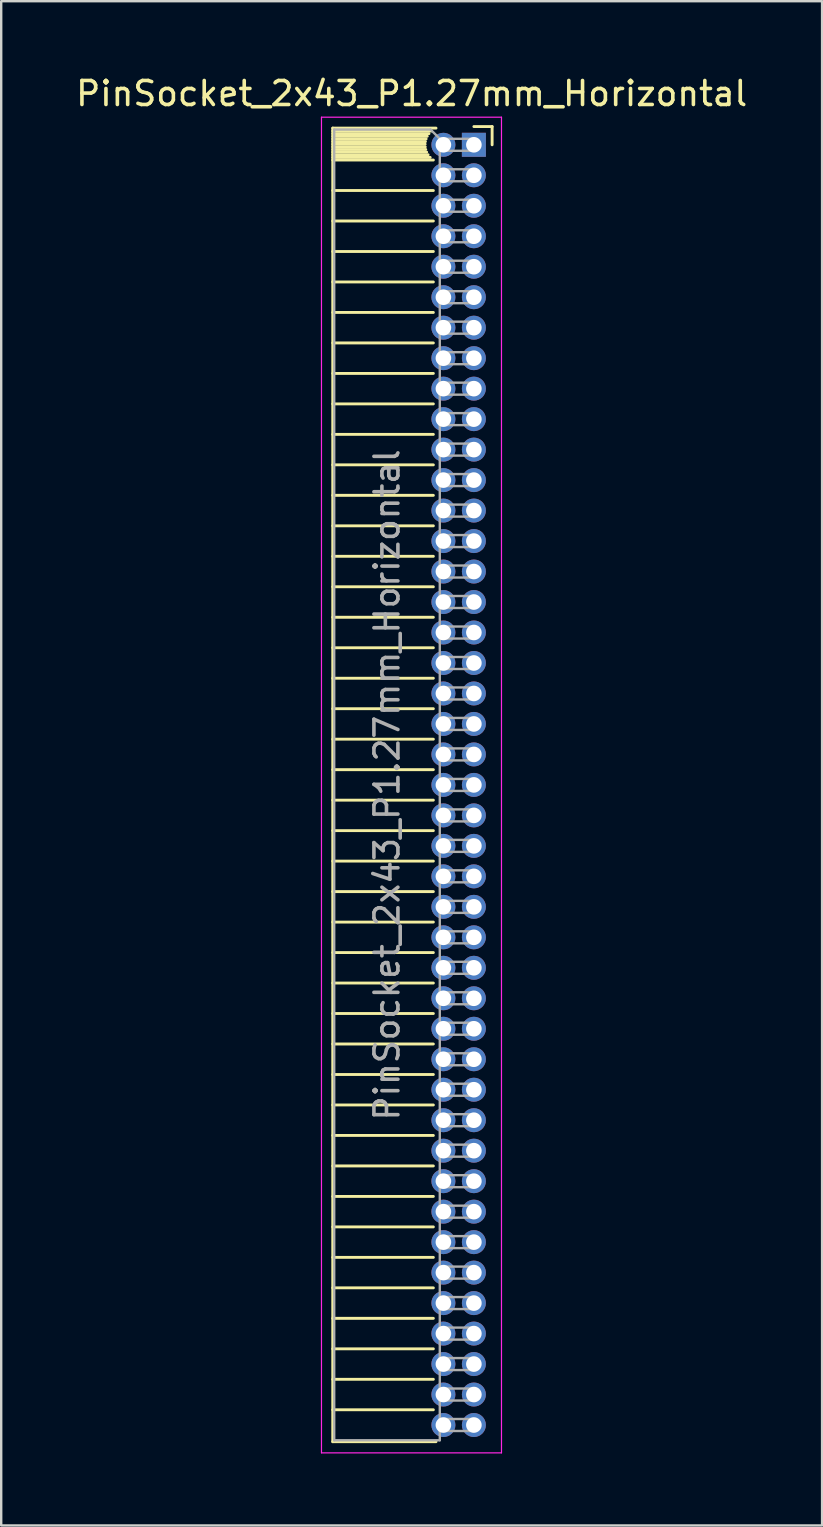
<source format=kicad_pcb>
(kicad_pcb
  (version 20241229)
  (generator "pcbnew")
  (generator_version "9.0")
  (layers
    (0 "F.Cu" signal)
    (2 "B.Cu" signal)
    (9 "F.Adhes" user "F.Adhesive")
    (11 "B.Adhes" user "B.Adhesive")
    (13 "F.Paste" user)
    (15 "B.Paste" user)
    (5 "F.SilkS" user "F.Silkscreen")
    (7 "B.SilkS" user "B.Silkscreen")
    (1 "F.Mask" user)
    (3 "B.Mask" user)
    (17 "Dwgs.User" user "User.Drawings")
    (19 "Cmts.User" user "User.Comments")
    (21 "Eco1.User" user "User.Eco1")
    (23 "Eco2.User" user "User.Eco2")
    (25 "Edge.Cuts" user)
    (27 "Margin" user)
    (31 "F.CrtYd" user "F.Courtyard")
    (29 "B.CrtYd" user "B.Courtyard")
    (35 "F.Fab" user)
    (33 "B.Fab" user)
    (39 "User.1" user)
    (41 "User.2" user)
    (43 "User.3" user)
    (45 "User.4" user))
  (footprint "PinSocket_2x43_P1.27mm_Horizontal"
    (layer "F.Cu")
    (at 16.694 2.983)
    (property "Reference" "PinSocket_2x43_P1.27mm_Horizontal" (at -2.592 -2.135 0) (layer "F.SilkS") (effects (font (size 1 1) (thickness 0.15))))
    (attr through_hole)
    (fp_line (start -5.88 -0.695) (end -5.88 54.035) (stroke (width 0.12) (type solid)) (layer "F.SilkS"))
    (fp_line (start -5.88 -0.695) (end -1.578 -0.695) (stroke (width 0.12) (type solid)) (layer "F.SilkS"))
    (fp_line (start -5.88 -0.575) (end -1.767 -0.575) (stroke (width 0.12) (type solid)) (layer "F.SilkS"))
    (fp_line (start -5.88 -0.465) (end -1.871 -0.465) (stroke (width 0.12) (type solid)) (layer "F.SilkS"))
    (fp_line (start -5.88 -0.355) (end -1.942 -0.355) (stroke (width 0.12) (type solid)) (layer "F.SilkS"))
    (fp_line (start -5.88 -0.245) (end -1.989 -0.245) (stroke (width 0.12) (type solid)) (layer "F.SilkS"))
    (fp_line (start -5.88 -0.135) (end -2.018 -0.135) (stroke (width 0.12) (type solid)) (layer "F.SilkS"))
    (fp_line (start -5.88 -0.025) (end -2.03 -0.025) (stroke (width 0.12) (type solid)) (layer "F.SilkS"))
    (fp_line (start -5.88 0.085) (end -2.025 0.085) (stroke (width 0.12) (type solid)) (layer "F.SilkS"))
    (fp_line (start -5.88 0.195) (end -2.005 0.195) (stroke (width 0.12) (type solid)) (layer "F.SilkS"))
    (fp_line (start -5.88 0.305) (end -1.966 0.305) (stroke (width 0.12) (type solid)) (layer "F.SilkS"))
    (fp_line (start -5.88 0.415) (end -1.907 0.415) (stroke (width 0.12) (type solid)) (layer "F.SilkS"))
    (fp_line (start -5.88 0.525) (end -1.82 0.525) (stroke (width 0.12) (type solid)) (layer "F.SilkS"))
    (fp_line (start -5.88 0.635) (end -1.688 0.635) (stroke (width 0.12) (type solid)) (layer "F.SilkS"))
    (fp_line (start -5.88 1.905) (end -1.688 1.905) (stroke (width 0.12) (type solid)) (layer "F.SilkS"))
    (fp_line (start -5.88 3.175) (end -1.688 3.175) (stroke (width 0.12) (type solid)) (layer "F.SilkS"))
    (fp_line (start -5.88 4.445) (end -1.688 4.445) (stroke (width 0.12) (type solid)) (layer "F.SilkS"))
    (fp_line (start -5.88 5.715) (end -1.688 5.715) (stroke (width 0.12) (type solid)) (layer "F.SilkS"))
    (fp_line (start -5.88 6.985) (end -1.688 6.985) (stroke (width 0.12) (type solid)) (layer "F.SilkS"))
    (fp_line (start -5.88 8.255) (end -1.688 8.255) (stroke (width 0.12) (type solid)) (layer "F.SilkS"))
    (fp_line (start -5.88 9.525) (end -1.688 9.525) (stroke (width 0.12) (type solid)) (layer "F.SilkS"))
    (fp_line (start -5.88 10.795) (end -1.688 10.795) (stroke (width 0.12) (type solid)) (layer "F.SilkS"))
    (fp_line (start -5.88 12.065) (end -1.688 12.065) (stroke (width 0.12) (type solid)) (layer "F.SilkS"))
    (fp_line (start -5.88 13.335) (end -1.688 13.335) (stroke (width 0.12) (type solid)) (layer "F.SilkS"))
    (fp_line (start -5.88 14.605) (end -1.688 14.605) (stroke (width 0.12) (type solid)) (layer "F.SilkS"))
    (fp_line (start -5.88 15.875) (end -1.688 15.875) (stroke (width 0.12) (type solid)) (layer "F.SilkS"))
    (fp_line (start -5.88 17.145) (end -1.688 17.145) (stroke (width 0.12) (type solid)) (layer "F.SilkS"))
    (fp_line (start -5.88 18.415) (end -1.688 18.415) (stroke (width 0.12) (type solid)) (layer "F.SilkS"))
    (fp_line (start -5.88 19.685) (end -1.688 19.685) (stroke (width 0.12) (type solid)) (layer "F.SilkS"))
    (fp_line (start -5.88 20.955) (end -1.688 20.955) (stroke (width 0.12) (type solid)) (layer "F.SilkS"))
    (fp_line (start -5.88 22.225) (end -1.688 22.225) (stroke (width 0.12) (type solid)) (layer "F.SilkS"))
    (fp_line (start -5.88 23.495) (end -1.688 23.495) (stroke (width 0.12) (type solid)) (layer "F.SilkS"))
    (fp_line (start -5.88 24.765) (end -1.688 24.765) (stroke (width 0.12) (type solid)) (layer "F.SilkS"))
    (fp_line (start -5.88 26.035) (end -1.688 26.035) (stroke (width 0.12) (type solid)) (layer "F.SilkS"))
    (fp_line (start -5.88 27.305) (end -1.688 27.305) (stroke (width 0.12) (type solid)) (layer "F.SilkS"))
    (fp_line (start -5.88 28.575) (end -1.688 28.575) (stroke (width 0.12) (type solid)) (layer "F.SilkS"))
    (fp_line (start -5.88 29.845) (end -1.688 29.845) (stroke (width 0.12) (type solid)) (layer "F.SilkS"))
    (fp_line (start -5.88 31.115) (end -1.688 31.115) (stroke (width 0.12) (type solid)) (layer "F.SilkS"))
    (fp_line (start -5.88 32.385) (end -1.688 32.385) (stroke (width 0.12) (type solid)) (layer "F.SilkS"))
    (fp_line (start -5.88 33.655) (end -1.688 33.655) (stroke (width 0.12) (type solid)) (layer "F.SilkS"))
    (fp_line (start -5.88 34.925) (end -1.688 34.925) (stroke (width 0.12) (type solid)) (layer "F.SilkS"))
    (fp_line (start -5.88 36.195) (end -1.688 36.195) (stroke (width 0.12) (type solid)) (layer "F.SilkS"))
    (fp_line (start -5.88 37.465) (end -1.688 37.465) (stroke (width 0.12) (type solid)) (layer "F.SilkS"))
    (fp_line (start -5.88 38.735) (end -1.688 38.735) (stroke (width 0.12) (type solid)) (layer "F.SilkS"))
    (fp_line (start -5.88 40.005) (end -1.688 40.005) (stroke (width 0.12) (type solid)) (layer "F.SilkS"))
    (fp_line (start -5.88 41.275) (end -1.688 41.275) (stroke (width 0.12) (type solid)) (layer "F.SilkS"))
    (fp_line (start -5.88 42.545) (end -1.688 42.545) (stroke (width 0.12) (type solid)) (layer "F.SilkS"))
    (fp_line (start -5.88 43.815) (end -1.688 43.815) (stroke (width 0.12) (type solid)) (layer "F.SilkS"))
    (fp_line (start -5.88 45.085) (end -1.688 45.085) (stroke (width 0.12) (type solid)) (layer "F.SilkS"))
    (fp_line (start -5.88 46.355) (end -1.688 46.355) (stroke (width 0.12) (type solid)) (layer "F.SilkS"))
    (fp_line (start -5.88 47.625) (end -1.688 47.625) (stroke (width 0.12) (type solid)) (layer "F.SilkS"))
    (fp_line (start -5.88 48.895) (end -1.688 48.895) (stroke (width 0.12) (type solid)) (layer "F.SilkS"))
    (fp_line (start -5.88 50.165) (end -1.688 50.165) (stroke (width 0.12) (type solid)) (layer "F.SilkS"))
    (fp_line (start -5.88 51.435) (end -1.688 51.435) (stroke (width 0.12) (type solid)) (layer "F.SilkS"))
    (fp_line (start -5.88 52.705) (end -1.688 52.705) (stroke (width 0.12) (type solid)) (layer "F.SilkS"))
    (fp_line (start -5.88 54.035) (end -1.578 54.035) (stroke (width 0.12) (type solid)) (layer "F.SilkS"))
    (fp_line (start 0 -0.76) (end 0.76 -0.76) (stroke (width 0.12) (type solid)) (layer "F.SilkS"))
    (fp_line (start 0.76 -0.76) (end 0.76 0) (stroke (width 0.12) (type solid)) (layer "F.SilkS"))
    (fp_line (start -6.35 -1.15) (end -6.35 54.5) (stroke (width 0.05) (type solid)) (layer "F.CrtYd"))
    (fp_line (start -6.35 54.5) (end 1.15 54.5) (stroke (width 0.05) (type solid)) (layer "F.CrtYd"))
    (fp_line (start 1.15 -1.15) (end -6.35 -1.15) (stroke (width 0.05) (type solid)) (layer "F.CrtYd"))
    (fp_line (start 1.15 54.5) (end 1.15 -1.15) (stroke (width 0.05) (type solid)) (layer "F.CrtYd"))
    (fp_line (start -5.82 -0.635) (end -1.805 -0.635) (stroke (width 0.1) (type solid)) (layer "F.Fab"))
    (fp_line (start -5.82 53.975) (end -5.82 -0.635) (stroke (width 0.1) (type solid)) (layer "F.Fab"))
    (fp_line (start -1.805 -0.635) (end -1.42 -0.25) (stroke (width 0.1) (type solid)) (layer "F.Fab"))
    (fp_line (start -1.42 -0.25) (end -1.42 53.975) (stroke (width 0.1) (type solid)) (layer "F.Fab"))
    (fp_line (start -1.42 0.25) (end 0 0.25) (stroke (width 0.1) (type solid)) (layer "F.Fab"))
    (fp_line (start -1.42 1.52) (end 0 1.52) (stroke (width 0.1) (type solid)) (layer "F.Fab"))
    (fp_line (start -1.42 2.79) (end 0 2.79) (stroke (width 0.1) (type solid)) (layer "F.Fab"))
    (fp_line (start -1.42 4.06) (end 0 4.06) (stroke (width 0.1) (type solid)) (layer "F.Fab"))
    (fp_line (start -1.42 5.33) (end 0 5.33) (stroke (width 0.1) (type solid)) (layer "F.Fab"))
    (fp_line (start -1.42 6.6) (end 0 6.6) (stroke (width 0.1) (type solid)) (layer "F.Fab"))
    (fp_line (start -1.42 7.87) (end 0 7.87) (stroke (width 0.1) (type solid)) (layer "F.Fab"))
    (fp_line (start -1.42 9.14) (end 0 9.14) (stroke (width 0.1) (type solid)) (layer "F.Fab"))
    (fp_line (start -1.42 10.41) (end 0 10.41) (stroke (width 0.1) (type solid)) (layer "F.Fab"))
    (fp_line (start -1.42 11.68) (end 0 11.68) (stroke (width 0.1) (type solid)) (layer "F.Fab"))
    (fp_line (start -1.42 12.95) (end 0 12.95) (stroke (width 0.1) (type solid)) (layer "F.Fab"))
    (fp_line (start -1.42 14.22) (end 0 14.22) (stroke (width 0.1) (type solid)) (layer "F.Fab"))
    (fp_line (start -1.42 15.49) (end 0 15.49) (stroke (width 0.1) (type solid)) (layer "F.Fab"))
    (fp_line (start -1.42 16.76) (end 0 16.76) (stroke (width 0.1) (type solid)) (layer "F.Fab"))
    (fp_line (start -1.42 18.03) (end 0 18.03) (stroke (width 0.1) (type solid)) (layer "F.Fab"))
    (fp_line (start -1.42 19.3) (end 0 19.3) (stroke (width 0.1) (type solid)) (layer "F.Fab"))
    (fp_line (start -1.42 20.57) (end 0 20.57) (stroke (width 0.1) (type solid)) (layer "F.Fab"))
    (fp_line (start -1.42 21.84) (end 0 21.84) (stroke (width 0.1) (type solid)) (layer "F.Fab"))
    (fp_line (start -1.42 23.11) (end 0 23.11) (stroke (width 0.1) (type solid)) (layer "F.Fab"))
    (fp_line (start -1.42 24.38) (end 0 24.38) (stroke (width 0.1) (type solid)) (layer "F.Fab"))
    (fp_line (start -1.42 25.65) (end 0 25.65) (stroke (width 0.1) (type solid)) (layer "F.Fab"))
    (fp_line (start -1.42 26.92) (end 0 26.92) (stroke (width 0.1) (type solid)) (layer "F.Fab"))
    (fp_line (start -1.42 28.19) (end 0 28.19) (stroke (width 0.1) (type solid)) (layer "F.Fab"))
    (fp_line (start -1.42 29.46) (end 0 29.46) (stroke (width 0.1) (type solid)) (layer "F.Fab"))
    (fp_line (start -1.42 30.73) (end 0 30.73) (stroke (width 0.1) (type solid)) (layer "F.Fab"))
    (fp_line (start -1.42 32) (end 0 32) (stroke (width 0.1) (type solid)) (layer "F.Fab"))
    (fp_line (start -1.42 33.27) (end 0 33.27) (stroke (width 0.1) (type solid)) (layer "F.Fab"))
    (fp_line (start -1.42 34.54) (end 0 34.54) (stroke (width 0.1) (type solid)) (layer "F.Fab"))
    (fp_line (start -1.42 35.81) (end 0 35.81) (stroke (width 0.1) (type solid)) (layer "F.Fab"))
    (fp_line (start -1.42 37.08) (end 0 37.08) (stroke (width 0.1) (type solid)) (layer "F.Fab"))
    (fp_line (start -1.42 38.35) (end 0 38.35) (stroke (width 0.1) (type solid)) (layer "F.Fab"))
    (fp_line (start -1.42 39.62) (end 0 39.62) (stroke (width 0.1) (type solid)) (layer "F.Fab"))
    (fp_line (start -1.42 40.89) (end 0 40.89) (stroke (width 0.1) (type solid)) (layer "F.Fab"))
    (fp_line (start -1.42 42.16) (end 0 42.16) (stroke (width 0.1) (type solid)) (layer "F.Fab"))
    (fp_line (start -1.42 43.43) (end 0 43.43) (stroke (width 0.1) (type solid)) (layer "F.Fab"))
    (fp_line (start -1.42 44.7) (end 0 44.7) (stroke (width 0.1) (type solid)) (layer "F.Fab"))
    (fp_line (start -1.42 45.97) (end 0 45.97) (stroke (width 0.1) (type solid)) (layer "F.Fab"))
    (fp_line (start -1.42 47.24) (end 0 47.24) (stroke (width 0.1) (type solid)) (layer "F.Fab"))
    (fp_line (start -1.42 48.51) (end 0 48.51) (stroke (width 0.1) (type solid)) (layer "F.Fab"))
    (fp_line (start -1.42 49.78) (end 0 49.78) (stroke (width 0.1) (type solid)) (layer "F.Fab"))
    (fp_line (start -1.42 51.05) (end 0 51.05) (stroke (width 0.1) (type solid)) (layer "F.Fab"))
    (fp_line (start -1.42 52.32) (end 0 52.32) (stroke (width 0.1) (type solid)) (layer "F.Fab"))
    (fp_line (start -1.42 53.59) (end 0 53.59) (stroke (width 0.1) (type solid)) (layer "F.Fab"))
    (fp_line (start -1.42 53.975) (end -5.82 53.975) (stroke (width 0.1) (type solid)) (layer "F.Fab"))
    (fp_line (start 0 -0.25) (end -1.42 -0.25) (stroke (width 0.1) (type solid)) (layer "F.Fab"))
    (fp_line (start 0 0.25) (end 0 -0.25) (stroke (width 0.1) (type solid)) (layer "F.Fab"))
    (fp_line (start 0 1.02) (end -1.42 1.02) (stroke (width 0.1) (type solid)) (layer "F.Fab"))
    (fp_line (start 0 1.52) (end 0 1.02) (stroke (width 0.1) (type solid)) (layer "F.Fab"))
    (fp_line (start 0 2.29) (end -1.42 2.29) (stroke (width 0.1) (type solid)) (layer "F.Fab"))
    (fp_line (start 0 2.79) (end 0 2.29) (stroke (width 0.1) (type solid)) (layer "F.Fab"))
    (fp_line (start 0 3.56) (end -1.42 3.56) (stroke (width 0.1) (type solid)) (layer "F.Fab"))
    (fp_line (start 0 4.06) (end 0 3.56) (stroke (width 0.1) (type solid)) (layer "F.Fab"))
    (fp_line (start 0 4.83) (end -1.42 4.83) (stroke (width 0.1) (type solid)) (layer "F.Fab"))
    (fp_line (start 0 5.33) (end 0 4.83) (stroke (width 0.1) (type solid)) (layer "F.Fab"))
    (fp_line (start 0 6.1) (end -1.42 6.1) (stroke (width 0.1) (type solid)) (layer "F.Fab"))
    (fp_line (start 0 6.6) (end 0 6.1) (stroke (width 0.1) (type solid)) (layer "F.Fab"))
    (fp_line (start 0 7.37) (end -1.42 7.37) (stroke (width 0.1) (type solid)) (layer "F.Fab"))
    (fp_line (start 0 7.87) (end 0 7.37) (stroke (width 0.1) (type solid)) (layer "F.Fab"))
    (fp_line (start 0 8.64) (end -1.42 8.64) (stroke (width 0.1) (type solid)) (layer "F.Fab"))
    (fp_line (start 0 9.14) (end 0 8.64) (stroke (width 0.1) (type solid)) (layer "F.Fab"))
    (fp_line (start 0 9.91) (end -1.42 9.91) (stroke (width 0.1) (type solid)) (layer "F.Fab"))
    (fp_line (start 0 10.41) (end 0 9.91) (stroke (width 0.1) (type solid)) (layer "F.Fab"))
    (fp_line (start 0 11.18) (end -1.42 11.18) (stroke (width 0.1) (type solid)) (layer "F.Fab"))
    (fp_line (start 0 11.68) (end 0 11.18) (stroke (width 0.1) (type solid)) (layer "F.Fab"))
    (fp_line (start 0 12.45) (end -1.42 12.45) (stroke (width 0.1) (type solid)) (layer "F.Fab"))
    (fp_line (start 0 12.95) (end 0 12.45) (stroke (width 0.1) (type solid)) (layer "F.Fab"))
    (fp_line (start 0 13.72) (end -1.42 13.72) (stroke (width 0.1) (type solid)) (layer "F.Fab"))
    (fp_line (start 0 14.22) (end 0 13.72) (stroke (width 0.1) (type solid)) (layer "F.Fab"))
    (fp_line (start 0 14.99) (end -1.42 14.99) (stroke (width 0.1) (type solid)) (layer "F.Fab"))
    (fp_line (start 0 15.49) (end 0 14.99) (stroke (width 0.1) (type solid)) (layer "F.Fab"))
    (fp_line (start 0 16.26) (end -1.42 16.26) (stroke (width 0.1) (type solid)) (layer "F.Fab"))
    (fp_line (start 0 16.76) (end 0 16.26) (stroke (width 0.1) (type solid)) (layer "F.Fab"))
    (fp_line (start 0 17.53) (end -1.42 17.53) (stroke (width 0.1) (type solid)) (layer "F.Fab"))
    (fp_line (start 0 18.03) (end 0 17.53) (stroke (width 0.1) (type solid)) (layer "F.Fab"))
    (fp_line (start 0 18.8) (end -1.42 18.8) (stroke (width 0.1) (type solid)) (layer "F.Fab"))
    (fp_line (start 0 19.3) (end 0 18.8) (stroke (width 0.1) (type solid)) (layer "F.Fab"))
    (fp_line (start 0 20.07) (end -1.42 20.07) (stroke (width 0.1) (type solid)) (layer "F.Fab"))
    (fp_line (start 0 20.57) (end 0 20.07) (stroke (width 0.1) (type solid)) (layer "F.Fab"))
    (fp_line (start 0 21.34) (end -1.42 21.34) (stroke (width 0.1) (type solid)) (layer "F.Fab"))
    (fp_line (start 0 21.84) (end 0 21.34) (stroke (width 0.1) (type solid)) (layer "F.Fab"))
    (fp_line (start 0 22.61) (end -1.42 22.61) (stroke (width 0.1) (type solid)) (layer "F.Fab"))
    (fp_line (start 0 23.11) (end 0 22.61) (stroke (width 0.1) (type solid)) (layer "F.Fab"))
    (fp_line (start 0 23.88) (end -1.42 23.88) (stroke (width 0.1) (type solid)) (layer "F.Fab"))
    (fp_line (start 0 24.38) (end 0 23.88) (stroke (width 0.1) (type solid)) (layer "F.Fab"))
    (fp_line (start 0 25.15) (end -1.42 25.15) (stroke (width 0.1) (type solid)) (layer "F.Fab"))
    (fp_line (start 0 25.65) (end 0 25.15) (stroke (width 0.1) (type solid)) (layer "F.Fab"))
    (fp_line (start 0 26.42) (end -1.42 26.42) (stroke (width 0.1) (type solid)) (layer "F.Fab"))
    (fp_line (start 0 26.92) (end 0 26.42) (stroke (width 0.1) (type solid)) (layer "F.Fab"))
    (fp_line (start 0 27.69) (end -1.42 27.69) (stroke (width 0.1) (type solid)) (layer "F.Fab"))
    (fp_line (start 0 28.19) (end 0 27.69) (stroke (width 0.1) (type solid)) (layer "F.Fab"))
    (fp_line (start 0 28.96) (end -1.42 28.96) (stroke (width 0.1) (type solid)) (layer "F.Fab"))
    (fp_line (start 0 29.46) (end 0 28.96) (stroke (width 0.1) (type solid)) (layer "F.Fab"))
    (fp_line (start 0 30.23) (end -1.42 30.23) (stroke (width 0.1) (type solid)) (layer "F.Fab"))
    (fp_line (start 0 30.73) (end 0 30.23) (stroke (width 0.1) (type solid)) (layer "F.Fab"))
    (fp_line (start 0 31.5) (end -1.42 31.5) (stroke (width 0.1) (type solid)) (layer "F.Fab"))
    (fp_line (start 0 32) (end 0 31.5) (stroke (width 0.1) (type solid)) (layer "F.Fab"))
    (fp_line (start 0 32.77) (end -1.42 32.77) (stroke (width 0.1) (type solid)) (layer "F.Fab"))
    (fp_line (start 0 33.27) (end 0 32.77) (stroke (width 0.1) (type solid)) (layer "F.Fab"))
    (fp_line (start 0 34.04) (end -1.42 34.04) (stroke (width 0.1) (type solid)) (layer "F.Fab"))
    (fp_line (start 0 34.54) (end 0 34.04) (stroke (width 0.1) (type solid)) (layer "F.Fab"))
    (fp_line (start 0 35.31) (end -1.42 35.31) (stroke (width 0.1) (type solid)) (layer "F.Fab"))
    (fp_line (start 0 35.81) (end 0 35.31) (stroke (width 0.1) (type solid)) (layer "F.Fab"))
    (fp_line (start 0 36.58) (end -1.42 36.58) (stroke (width 0.1) (type solid)) (layer "F.Fab"))
    (fp_line (start 0 37.08) (end 0 36.58) (stroke (width 0.1) (type solid)) (layer "F.Fab"))
    (fp_line (start 0 37.85) (end -1.42 37.85) (stroke (width 0.1) (type solid)) (layer "F.Fab"))
    (fp_line (start 0 38.35) (end 0 37.85) (stroke (width 0.1) (type solid)) (layer "F.Fab"))
    (fp_line (start 0 39.12) (end -1.42 39.12) (stroke (width 0.1) (type solid)) (layer "F.Fab"))
    (fp_line (start 0 39.62) (end 0 39.12) (stroke (width 0.1) (type solid)) (layer "F.Fab"))
    (fp_line (start 0 40.39) (end -1.42 40.39) (stroke (width 0.1) (type solid)) (layer "F.Fab"))
    (fp_line (start 0 40.89) (end 0 40.39) (stroke (width 0.1) (type solid)) (layer "F.Fab"))
    (fp_line (start 0 41.66) (end -1.42 41.66) (stroke (width 0.1) (type solid)) (layer "F.Fab"))
    (fp_line (start 0 42.16) (end 0 41.66) (stroke (width 0.1) (type solid)) (layer "F.Fab"))
    (fp_line (start 0 42.93) (end -1.42 42.93) (stroke (width 0.1) (type solid)) (layer "F.Fab"))
    (fp_line (start 0 43.43) (end 0 42.93) (stroke (width 0.1) (type solid)) (layer "F.Fab"))
    (fp_line (start 0 44.2) (end -1.42 44.2) (stroke (width 0.1) (type solid)) (layer "F.Fab"))
    (fp_line (start 0 44.7) (end 0 44.2) (stroke (width 0.1) (type solid)) (layer "F.Fab"))
    (fp_line (start 0 45.47) (end -1.42 45.47) (stroke (width 0.1) (type solid)) (layer "F.Fab"))
    (fp_line (start 0 45.97) (end 0 45.47) (stroke (width 0.1) (type solid)) (layer "F.Fab"))
    (fp_line (start 0 46.74) (end -1.42 46.74) (stroke (width 0.1) (type solid)) (layer "F.Fab"))
    (fp_line (start 0 47.24) (end 0 46.74) (stroke (width 0.1) (type solid)) (layer "F.Fab"))
    (fp_line (start 0 48.01) (end -1.42 48.01) (stroke (width 0.1) (type solid)) (layer "F.Fab"))
    (fp_line (start 0 48.51) (end 0 48.01) (stroke (width 0.1) (type solid)) (layer "F.Fab"))
    (fp_line (start 0 49.28) (end -1.42 49.28) (stroke (width 0.1) (type solid)) (layer "F.Fab"))
    (fp_line (start 0 49.78) (end 0 49.28) (stroke (width 0.1) (type solid)) (layer "F.Fab"))
    (fp_line (start 0 50.55) (end -1.42 50.55) (stroke (width 0.1) (type solid)) (layer "F.Fab"))
    (fp_line (start 0 51.05) (end 0 50.55) (stroke (width 0.1) (type solid)) (layer "F.Fab"))
    (fp_line (start 0 51.82) (end -1.42 51.82) (stroke (width 0.1) (type solid)) (layer "F.Fab"))
    (fp_line (start 0 52.32) (end 0 51.82) (stroke (width 0.1) (type solid)) (layer "F.Fab"))
    (fp_line (start 0 53.09) (end -1.42 53.09) (stroke (width 0.1) (type solid)) (layer "F.Fab"))
    (fp_line (start 0 53.59) (end 0 53.09) (stroke (width 0.1) (type solid)) (layer "F.Fab"))
    (fp_text user "${REFERENCE}" (at -3.62 26.67 90) (layer "F.Fab") (effects (font (size 1 1) (thickness 0.15))))
    (pad "1" thru_hole rect (at 0 0) (size 1 1) (drill 0.65) (layers "*.Cu" "*.Mask"))
    (pad "2" thru_hole oval (at -1.27 0) (size 1 1) (drill 0.65) (layers "*.Cu" "*.Mask"))
    (pad "3" thru_hole oval (at 0 1.27) (size 1 1) (drill 0.65) (layers "*.Cu" "*.Mask"))
    (pad "4" thru_hole oval (at -1.27 1.27) (size 1 1) (drill 0.65) (layers "*.Cu" "*.Mask"))
    (pad "5" thru_hole oval (at 0 2.54) (size 1 1) (drill 0.65) (layers "*.Cu" "*.Mask"))
    (pad "6" thru_hole oval (at -1.27 2.54) (size 1 1) (drill 0.65) (layers "*.Cu" "*.Mask"))
    (pad "7" thru_hole oval (at 0 3.81) (size 1 1) (drill 0.65) (layers "*.Cu" "*.Mask"))
    (pad "8" thru_hole oval (at -1.27 3.81) (size 1 1) (drill 0.65) (layers "*.Cu" "*.Mask"))
    (pad "9" thru_hole oval (at 0 5.08) (size 1 1) (drill 0.65) (layers "*.Cu" "*.Mask"))
    (pad "10" thru_hole oval (at -1.27 5.08) (size 1 1) (drill 0.65) (layers "*.Cu" "*.Mask"))
    (pad "11" thru_hole oval (at 0 6.35) (size 1 1) (drill 0.65) (layers "*.Cu" "*.Mask"))
    (pad "12" thru_hole oval (at -1.27 6.35) (size 1 1) (drill 0.65) (layers "*.Cu" "*.Mask"))
    (pad "13" thru_hole oval (at 0 7.62) (size 1 1) (drill 0.65) (layers "*.Cu" "*.Mask"))
    (pad "14" thru_hole oval (at -1.27 7.62) (size 1 1) (drill 0.65) (layers "*.Cu" "*.Mask"))
    (pad "15" thru_hole oval (at 0 8.89) (size 1 1) (drill 0.65) (layers "*.Cu" "*.Mask"))
    (pad "16" thru_hole oval (at -1.27 8.89) (size 1 1) (drill 0.65) (layers "*.Cu" "*.Mask"))
    (pad "17" thru_hole oval (at 0 10.16) (size 1 1) (drill 0.65) (layers "*.Cu" "*.Mask"))
    (pad "18" thru_hole oval (at -1.27 10.16) (size 1 1) (drill 0.65) (layers "*.Cu" "*.Mask"))
    (pad "19" thru_hole oval (at 0 11.43) (size 1 1) (drill 0.65) (layers "*.Cu" "*.Mask"))
    (pad "20" thru_hole oval (at -1.27 11.43) (size 1 1) (drill 0.65) (layers "*.Cu" "*.Mask"))
    (pad "21" thru_hole oval (at 0 12.7) (size 1 1) (drill 0.65) (layers "*.Cu" "*.Mask"))
    (pad "22" thru_hole oval (at -1.27 12.7) (size 1 1) (drill 0.65) (layers "*.Cu" "*.Mask"))
    (pad "23" thru_hole oval (at 0 13.97) (size 1 1) (drill 0.65) (layers "*.Cu" "*.Mask"))
    (pad "24" thru_hole oval (at -1.27 13.97) (size 1 1) (drill 0.65) (layers "*.Cu" "*.Mask"))
    (pad "25" thru_hole oval (at 0 15.24) (size 1 1) (drill 0.65) (layers "*.Cu" "*.Mask"))
    (pad "26" thru_hole oval (at -1.27 15.24) (size 1 1) (drill 0.65) (layers "*.Cu" "*.Mask"))
    (pad "27" thru_hole oval (at 0 16.51) (size 1 1) (drill 0.65) (layers "*.Cu" "*.Mask"))
    (pad "28" thru_hole oval (at -1.27 16.51) (size 1 1) (drill 0.65) (layers "*.Cu" "*.Mask"))
    (pad "29" thru_hole oval (at 0 17.78) (size 1 1) (drill 0.65) (layers "*.Cu" "*.Mask"))
    (pad "30" thru_hole oval (at -1.27 17.78) (size 1 1) (drill 0.65) (layers "*.Cu" "*.Mask"))
    (pad "31" thru_hole oval (at 0 19.05) (size 1 1) (drill 0.65) (layers "*.Cu" "*.Mask"))
    (pad "32" thru_hole oval (at -1.27 19.05) (size 1 1) (drill 0.65) (layers "*.Cu" "*.Mask"))
    (pad "33" thru_hole oval (at 0 20.32) (size 1 1) (drill 0.65) (layers "*.Cu" "*.Mask"))
    (pad "34" thru_hole oval (at -1.27 20.32) (size 1 1) (drill 0.65) (layers "*.Cu" "*.Mask"))
    (pad "35" thru_hole oval (at 0 21.59) (size 1 1) (drill 0.65) (layers "*.Cu" "*.Mask"))
    (pad "36" thru_hole oval (at -1.27 21.59) (size 1 1) (drill 0.65) (layers "*.Cu" "*.Mask"))
    (pad "37" thru_hole oval (at 0 22.86) (size 1 1) (drill 0.65) (layers "*.Cu" "*.Mask"))
    (pad "38" thru_hole oval (at -1.27 22.86) (size 1 1) (drill 0.65) (layers "*.Cu" "*.Mask"))
    (pad "39" thru_hole oval (at 0 24.13) (size 1 1) (drill 0.65) (layers "*.Cu" "*.Mask"))
    (pad "40" thru_hole oval (at -1.27 24.13) (size 1 1) (drill 0.65) (layers "*.Cu" "*.Mask"))
    (pad "41" thru_hole oval (at 0 25.4) (size 1 1) (drill 0.65) (layers "*.Cu" "*.Mask"))
    (pad "42" thru_hole oval (at -1.27 25.4) (size 1 1) (drill 0.65) (layers "*.Cu" "*.Mask"))
    (pad "43" thru_hole oval (at 0 26.67) (size 1 1) (drill 0.65) (layers "*.Cu" "*.Mask"))
    (pad "44" thru_hole oval (at -1.27 26.67) (size 1 1) (drill 0.65) (layers "*.Cu" "*.Mask"))
    (pad "45" thru_hole oval (at 0 27.94) (size 1 1) (drill 0.65) (layers "*.Cu" "*.Mask"))
    (pad "46" thru_hole oval (at -1.27 27.94) (size 1 1) (drill 0.65) (layers "*.Cu" "*.Mask"))
    (pad "47" thru_hole oval (at 0 29.21) (size 1 1) (drill 0.65) (layers "*.Cu" "*.Mask"))
    (pad "48" thru_hole oval (at -1.27 29.21) (size 1 1) (drill 0.65) (layers "*.Cu" "*.Mask"))
    (pad "49" thru_hole oval (at 0 30.48) (size 1 1) (drill 0.65) (layers "*.Cu" "*.Mask"))
    (pad "50" thru_hole oval (at -1.27 30.48) (size 1 1) (drill 0.65) (layers "*.Cu" "*.Mask"))
    (pad "51" thru_hole oval (at 0 31.75) (size 1 1) (drill 0.65) (layers "*.Cu" "*.Mask"))
    (pad "52" thru_hole oval (at -1.27 31.75) (size 1 1) (drill 0.65) (layers "*.Cu" "*.Mask"))
    (pad "53" thru_hole oval (at 0 33.02) (size 1 1) (drill 0.65) (layers "*.Cu" "*.Mask"))
    (pad "54" thru_hole oval (at -1.27 33.02) (size 1 1) (drill 0.65) (layers "*.Cu" "*.Mask"))
    (pad "55" thru_hole oval (at 0 34.29) (size 1 1) (drill 0.65) (layers "*.Cu" "*.Mask"))
    (pad "56" thru_hole oval (at -1.27 34.29) (size 1 1) (drill 0.65) (layers "*.Cu" "*.Mask"))
    (pad "57" thru_hole oval (at 0 35.56) (size 1 1) (drill 0.65) (layers "*.Cu" "*.Mask"))
    (pad "58" thru_hole oval (at -1.27 35.56) (size 1 1) (drill 0.65) (layers "*.Cu" "*.Mask"))
    (pad "59" thru_hole oval (at 0 36.83) (size 1 1) (drill 0.65) (layers "*.Cu" "*.Mask"))
    (pad "60" thru_hole oval (at -1.27 36.83) (size 1 1) (drill 0.65) (layers "*.Cu" "*.Mask"))
    (pad "61" thru_hole oval (at 0 38.1) (size 1 1) (drill 0.65) (layers "*.Cu" "*.Mask"))
    (pad "62" thru_hole oval (at -1.27 38.1) (size 1 1) (drill 0.65) (layers "*.Cu" "*.Mask"))
    (pad "63" thru_hole oval (at 0 39.37) (size 1 1) (drill 0.65) (layers "*.Cu" "*.Mask"))
    (pad "64" thru_hole oval (at -1.27 39.37) (size 1 1) (drill 0.65) (layers "*.Cu" "*.Mask"))
    (pad "65" thru_hole oval (at 0 40.64) (size 1 1) (drill 0.65) (layers "*.Cu" "*.Mask"))
    (pad "66" thru_hole oval (at -1.27 40.64) (size 1 1) (drill 0.65) (layers "*.Cu" "*.Mask"))
    (pad "67" thru_hole oval (at 0 41.91) (size 1 1) (drill 0.65) (layers "*.Cu" "*.Mask"))
    (pad "68" thru_hole oval (at -1.27 41.91) (size 1 1) (drill 0.65) (layers "*.Cu" "*.Mask"))
    (pad "69" thru_hole oval (at 0 43.18) (size 1 1) (drill 0.65) (layers "*.Cu" "*.Mask"))
    (pad "70" thru_hole oval (at -1.27 43.18) (size 1 1) (drill 0.65) (layers "*.Cu" "*.Mask"))
    (pad "71" thru_hole oval (at 0 44.45) (size 1 1) (drill 0.65) (layers "*.Cu" "*.Mask"))
    (pad "72" thru_hole oval (at -1.27 44.45) (size 1 1) (drill 0.65) (layers "*.Cu" "*.Mask"))
    (pad "73" thru_hole oval (at 0 45.72) (size 1 1) (drill 0.65) (layers "*.Cu" "*.Mask"))
    (pad "74" thru_hole oval (at -1.27 45.72) (size 1 1) (drill 0.65) (layers "*.Cu" "*.Mask"))
    (pad "75" thru_hole oval (at 0 46.99) (size 1 1) (drill 0.65) (layers "*.Cu" "*.Mask"))
    (pad "76" thru_hole oval (at -1.27 46.99) (size 1 1) (drill 0.65) (layers "*.Cu" "*.Mask"))
    (pad "77" thru_hole oval (at 0 48.26) (size 1 1) (drill 0.65) (layers "*.Cu" "*.Mask"))
    (pad "78" thru_hole oval (at -1.27 48.26) (size 1 1) (drill 0.65) (layers "*.Cu" "*.Mask"))
    (pad "79" thru_hole oval (at 0 49.53) (size 1 1) (drill 0.65) (layers "*.Cu" "*.Mask"))
    (pad "80" thru_hole oval (at -1.27 49.53) (size 1 1) (drill 0.65) (layers "*.Cu" "*.Mask"))
    (pad "81" thru_hole oval (at 0 50.8) (size 1 1) (drill 0.65) (layers "*.Cu" "*.Mask"))
    (pad "82" thru_hole oval (at -1.27 50.8) (size 1 1) (drill 0.65) (layers "*.Cu" "*.Mask"))
    (pad "83" thru_hole oval (at 0 52.07) (size 1 1) (drill 0.65) (layers "*.Cu" "*.Mask"))
    (pad "84" thru_hole oval (at -1.27 52.07) (size 1 1) (drill 0.65) (layers "*.Cu" "*.Mask"))
    (pad "85" thru_hole oval (at 0 53.34) (size 1 1) (drill 0.65) (layers "*.Cu" "*.Mask"))
    (pad "86" thru_hole oval (at -1.27 53.34) (size 1 1) (drill 0.65) (layers "*.Cu" "*.Mask")))
  (gr_rect
    (start -3 -3)
    (end 31.202 60.508)
    (stroke (width 0.1) (type default))
    (fill no)
    (layer "Edge.Cuts")))
</source>
